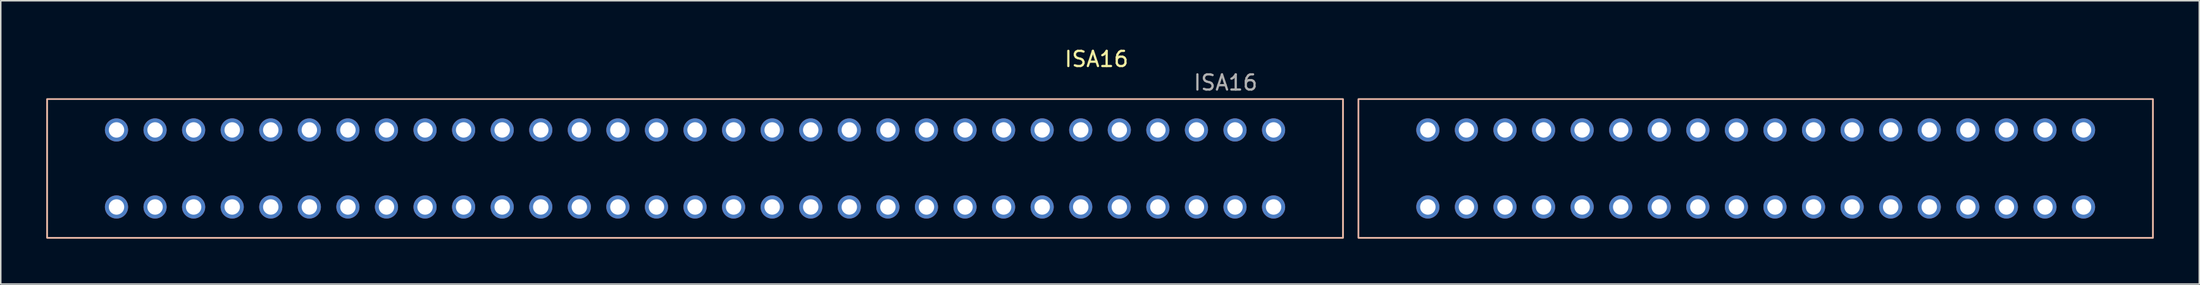
<source format=kicad_pcb>
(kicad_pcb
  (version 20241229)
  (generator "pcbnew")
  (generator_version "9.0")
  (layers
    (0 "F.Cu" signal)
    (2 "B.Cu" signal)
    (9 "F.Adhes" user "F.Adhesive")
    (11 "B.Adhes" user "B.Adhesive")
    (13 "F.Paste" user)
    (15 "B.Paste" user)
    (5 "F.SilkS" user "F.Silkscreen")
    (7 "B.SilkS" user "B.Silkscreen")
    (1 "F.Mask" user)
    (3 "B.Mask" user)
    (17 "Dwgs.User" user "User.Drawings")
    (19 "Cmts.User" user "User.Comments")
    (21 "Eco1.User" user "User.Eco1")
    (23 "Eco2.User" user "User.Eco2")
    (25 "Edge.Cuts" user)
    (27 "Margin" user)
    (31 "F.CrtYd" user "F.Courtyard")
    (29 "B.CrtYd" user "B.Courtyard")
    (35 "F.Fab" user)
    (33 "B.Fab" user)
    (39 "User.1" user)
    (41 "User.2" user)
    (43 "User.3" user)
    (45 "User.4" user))
  (footprint "ISA16"
    (layer "F.Cu")
    (at 4.622 10.598)
    (property "Reference" "ISA16" (at 64.54 -9.75 0) (unlocked yes) (layer "F.SilkS") (effects (font (size 1 1) (thickness 0.15))))
    (attr through_hole)
    (fp_rect (start -4.572 -7.112) (end 80.772 2.032) (stroke (width 0.1) (type solid)) (fill no) (layer "F.SilkS"))
    (fp_rect (start 81.788 -7.112) (end 134.112 2.032) (stroke (width 0.1) (type solid)) (fill no) (layer "F.SilkS"))
    (fp_rect (start -4.572 -7.112) (end 80.772 2.032) (stroke (width 0.1) (type default)) (fill no) (layer "B.SilkS"))
    (fp_rect (start 81.788 -7.112) (end 134.112 2.032) (stroke (width 0.1) (type default)) (fill no) (layer "B.SilkS"))
    (fp_text user "${REFERENCE}" (at 73.04 -8.2 0) (unlocked yes) (layer "F.Fab") (effects (font (size 1 1) (thickness 0.15))))
    (pad "A1" thru_hole circle (at 0 -5.08) (size 1.524 1.524) (drill 1.016) (layers "*.Cu" "*.Mask"))
    (pad "A2" thru_hole circle (at 2.54 -5.08) (size 1.524 1.524) (drill 1.016) (layers "*.Cu" "*.Mask"))
    (pad "A3" thru_hole circle (at 5.08 -5.08) (size 1.524 1.524) (drill 1.016) (layers "*.Cu" "*.Mask"))
    (pad "A4" thru_hole circle (at 7.62 -5.08) (size 1.524 1.524) (drill 1.016) (layers "*.Cu" "*.Mask"))
    (pad "A5" thru_hole circle (at 10.16 -5.08) (size 1.524 1.524) (drill 1.016) (layers "*.Cu" "*.Mask"))
    (pad "A6" thru_hole circle (at 12.7 -5.08) (size 1.524 1.524) (drill 1.016) (layers "*.Cu" "*.Mask"))
    (pad "A7" thru_hole circle (at 15.24 -5.08) (size 1.524 1.524) (drill 1.016) (layers "*.Cu" "*.Mask"))
    (pad "A8" thru_hole circle (at 17.78 -5.08) (size 1.524 1.524) (drill 1.016) (layers "*.Cu" "*.Mask"))
    (pad "A9" thru_hole circle (at 20.32 -5.08) (size 1.524 1.524) (drill 1.016) (layers "*.Cu" "*.Mask"))
    (pad "A10" thru_hole circle (at 22.86 -5.08) (size 1.524 1.524) (drill 1.016) (layers "*.Cu" "*.Mask"))
    (pad "A11" thru_hole circle (at 25.4 -5.08) (size 1.524 1.524) (drill 1.016) (layers "*.Cu" "*.Mask"))
    (pad "A12" thru_hole circle (at 27.94 -5.08) (size 1.524 1.524) (drill 1.016) (layers "*.Cu" "*.Mask"))
    (pad "A13" thru_hole circle (at 30.48 -5.08) (size 1.524 1.524) (drill 1.016) (layers "*.Cu" "*.Mask"))
    (pad "A14" thru_hole circle (at 33.02 -5.08) (size 1.524 1.524) (drill 1.016) (layers "*.Cu" "*.Mask"))
    (pad "A15" thru_hole circle (at 35.56 -5.08) (size 1.524 1.524) (drill 1.016) (layers "*.Cu" "*.Mask"))
    (pad "A16" thru_hole circle (at 38.1 -5.08) (size 1.524 1.524) (drill 1.016) (layers "*.Cu" "*.Mask"))
    (pad "A17" thru_hole circle (at 40.64 -5.08) (size 1.524 1.524) (drill 1.016) (layers "*.Cu" "*.Mask"))
    (pad "A18" thru_hole circle (at 43.18 -5.08) (size 1.524 1.524) (drill 1.016) (layers "*.Cu" "*.Mask"))
    (pad "A19" thru_hole circle (at 45.72 -5.08) (size 1.524 1.524) (drill 1.016) (layers "*.Cu" "*.Mask"))
    (pad "A20" thru_hole circle (at 48.26 -5.08) (size 1.524 1.524) (drill 1.016) (layers "*.Cu" "*.Mask"))
    (pad "A21" thru_hole circle (at 50.8 -5.08) (size 1.524 1.524) (drill 1.016) (layers "*.Cu" "*.Mask"))
    (pad "A22" thru_hole circle (at 53.34 -5.08) (size 1.524 1.524) (drill 1.016) (layers "*.Cu" "*.Mask"))
    (pad "A23" thru_hole circle (at 55.88 -5.08) (size 1.524 1.524) (drill 1.016) (layers "*.Cu" "*.Mask"))
    (pad "A24" thru_hole circle (at 58.42 -5.08) (size 1.524 1.524) (drill 1.016) (layers "*.Cu" "*.Mask"))
    (pad "A25" thru_hole circle (at 60.96 -5.08) (size 1.524 1.524) (drill 1.016) (layers "*.Cu" "*.Mask"))
    (pad "A26" thru_hole circle (at 63.5 -5.08) (size 1.524 1.524) (drill 1.016) (layers "*.Cu" "*.Mask"))
    (pad "A27" thru_hole circle (at 66.04 -5.08) (size 1.524 1.524) (drill 1.016) (layers "*.Cu" "*.Mask"))
    (pad "A28" thru_hole circle (at 68.58 -5.08) (size 1.524 1.524) (drill 1.016) (layers "*.Cu" "*.Mask"))
    (pad "A29" thru_hole circle (at 71.12 -5.08) (size 1.524 1.524) (drill 1.016) (layers "*.Cu" "*.Mask"))
    (pad "A30" thru_hole circle (at 73.66 -5.08) (size 1.524 1.524) (drill 1.016) (layers "*.Cu" "*.Mask"))
    (pad "A31" thru_hole circle (at 76.2 -5.08) (size 1.524 1.524) (drill 1.016) (layers "*.Cu" "*.Mask"))
    (pad "B1" thru_hole circle (at 0 0) (size 1.524 1.524) (drill 1.016) (layers "*.Cu" "*.Mask"))
    (pad "B2" thru_hole circle (at 2.54 0) (size 1.524 1.524) (drill 1.016) (layers "*.Cu" "*.Mask"))
    (pad "B3" thru_hole circle (at 5.08 0) (size 1.524 1.524) (drill 1.016) (layers "*.Cu" "*.Mask"))
    (pad "B4" thru_hole circle (at 7.62 0) (size 1.524 1.524) (drill 1.016) (layers "*.Cu" "*.Mask"))
    (pad "B5" thru_hole circle (at 10.16 0) (size 1.524 1.524) (drill 1.016) (layers "*.Cu" "*.Mask"))
    (pad "B6" thru_hole circle (at 12.7 0) (size 1.524 1.524) (drill 1.016) (layers "*.Cu" "*.Mask"))
    (pad "B7" thru_hole circle (at 15.24 0) (size 1.524 1.524) (drill 1.016) (layers "*.Cu" "*.Mask"))
    (pad "B8" thru_hole circle (at 17.78 0) (size 1.524 1.524) (drill 1.016) (layers "*.Cu" "*.Mask"))
    (pad "B9" thru_hole circle (at 20.32 0) (size 1.524 1.524) (drill 1.016) (layers "*.Cu" "*.Mask"))
    (pad "B10" thru_hole circle (at 22.86 0) (size 1.524 1.524) (drill 1.016) (layers "*.Cu" "*.Mask"))
    (pad "B11" thru_hole circle (at 25.4 0) (size 1.524 1.524) (drill 1.016) (layers "*.Cu" "*.Mask"))
    (pad "B12" thru_hole circle (at 27.94 0) (size 1.524 1.524) (drill 1.016) (layers "*.Cu" "*.Mask"))
    (pad "B13" thru_hole circle (at 30.48 0) (size 1.524 1.524) (drill 1.016) (layers "*.Cu" "*.Mask"))
    (pad "B14" thru_hole circle (at 33.02 0) (size 1.524 1.524) (drill 1.016) (layers "*.Cu" "*.Mask"))
    (pad "B15" thru_hole circle (at 35.56 0) (size 1.524 1.524) (drill 1.016) (layers "*.Cu" "*.Mask"))
    (pad "B16" thru_hole circle (at 38.1 0) (size 1.524 1.524) (drill 1.016) (layers "*.Cu" "*.Mask"))
    (pad "B17" thru_hole circle (at 40.64 0) (size 1.524 1.524) (drill 1.016) (layers "*.Cu" "*.Mask"))
    (pad "B18" thru_hole circle (at 43.18 0) (size 1.524 1.524) (drill 1.016) (layers "*.Cu" "*.Mask"))
    (pad "B19" thru_hole circle (at 45.72 0) (size 1.524 1.524) (drill 1.016) (layers "*.Cu" "*.Mask"))
    (pad "B20" thru_hole circle (at 48.26 0) (size 1.524 1.524) (drill 1.016) (layers "*.Cu" "*.Mask"))
    (pad "B21" thru_hole circle (at 50.8 0) (size 1.524 1.524) (drill 1.016) (layers "*.Cu" "*.Mask"))
    (pad "B22" thru_hole circle (at 53.34 0) (size 1.524 1.524) (drill 1.016) (layers "*.Cu" "*.Mask"))
    (pad "B23" thru_hole circle (at 55.88 0) (size 1.524 1.524) (drill 1.016) (layers "*.Cu" "*.Mask"))
    (pad "B24" thru_hole circle (at 58.42 0) (size 1.524 1.524) (drill 1.016) (layers "*.Cu" "*.Mask"))
    (pad "B25" thru_hole circle (at 60.96 0) (size 1.524 1.524) (drill 1.016) (layers "*.Cu" "*.Mask"))
    (pad "B26" thru_hole circle (at 63.5 0) (size 1.524 1.524) (drill 1.016) (layers "*.Cu" "*.Mask"))
    (pad "B27" thru_hole circle (at 66.04 0) (size 1.524 1.524) (drill 1.016) (layers "*.Cu" "*.Mask"))
    (pad "B28" thru_hole circle (at 68.58 0) (size 1.524 1.524) (drill 1.016) (layers "*.Cu" "*.Mask"))
    (pad "B29" thru_hole circle (at 71.12 0) (size 1.524 1.524) (drill 1.016) (layers "*.Cu" "*.Mask"))
    (pad "B30" thru_hole circle (at 73.66 0) (size 1.524 1.524) (drill 1.016) (layers "*.Cu" "*.Mask"))
    (pad "B31" thru_hole circle (at 76.2 0) (size 1.524 1.524) (drill 1.016) (layers "*.Cu" "*.Mask"))
    (pad "C1" thru_hole circle (at 86.36 -5.08) (size 1.524 1.524) (drill 1.016) (layers "*.Cu" "*.Mask"))
    (pad "C2" thru_hole circle (at 88.9 -5.08) (size 1.524 1.524) (drill 1.016) (layers "*.Cu" "*.Mask"))
    (pad "C3" thru_hole circle (at 91.44 -5.08) (size 1.524 1.524) (drill 1.016) (layers "*.Cu" "*.Mask"))
    (pad "C4" thru_hole circle (at 93.98 -5.08) (size 1.524 1.524) (drill 1.016) (layers "*.Cu" "*.Mask"))
    (pad "C5" thru_hole circle (at 96.52 -5.08) (size 1.524 1.524) (drill 1.016) (layers "*.Cu" "*.Mask"))
    (pad "C6" thru_hole circle (at 99.06 -5.08) (size 1.524 1.524) (drill 1.016) (layers "*.Cu" "*.Mask"))
    (pad "C7" thru_hole circle (at 101.6 -5.08) (size 1.524 1.524) (drill 1.016) (layers "*.Cu" "*.Mask"))
    (pad "C8" thru_hole circle (at 104.14 -5.08) (size 1.524 1.524) (drill 1.016) (layers "*.Cu" "*.Mask"))
    (pad "C9" thru_hole circle (at 106.68 -5.08) (size 1.524 1.524) (drill 1.016) (layers "*.Cu" "*.Mask"))
    (pad "C10" thru_hole circle (at 109.22 -5.08) (size 1.524 1.524) (drill 1.016) (layers "*.Cu" "*.Mask"))
    (pad "C11" thru_hole circle (at 111.76 -5.08) (size 1.524 1.524) (drill 1.016) (layers "*.Cu" "*.Mask"))
    (pad "C12" thru_hole circle (at 114.3 -5.08) (size 1.524 1.524) (drill 1.016) (layers "*.Cu" "*.Mask"))
    (pad "C13" thru_hole circle (at 116.84 -5.08) (size 1.524 1.524) (drill 1.016) (layers "*.Cu" "*.Mask"))
    (pad "C14" thru_hole circle (at 119.38 -5.08) (size 1.524 1.524) (drill 1.016) (layers "*.Cu" "*.Mask"))
    (pad "C15" thru_hole circle (at 121.92 -5.08) (size 1.524 1.524) (drill 1.016) (layers "*.Cu" "*.Mask"))
    (pad "C16" thru_hole circle (at 124.46 -5.08) (size 1.524 1.524) (drill 1.016) (layers "*.Cu" "*.Mask"))
    (pad "C17" thru_hole circle (at 127 -5.08) (size 1.524 1.524) (drill 1.016) (layers "*.Cu" "*.Mask"))
    (pad "C18" thru_hole circle (at 129.54 -5.08) (size 1.524 1.524) (drill 1.016) (layers "*.Cu" "*.Mask"))
    (pad "D1" thru_hole circle (at 86.36 0) (size 1.524 1.524) (drill 1.016) (layers "*.Cu" "*.Mask"))
    (pad "D2" thru_hole circle (at 88.9 0) (size 1.524 1.524) (drill 1.016) (layers "*.Cu" "*.Mask"))
    (pad "D3" thru_hole circle (at 91.44 0) (size 1.524 1.524) (drill 1.016) (layers "*.Cu" "*.Mask"))
    (pad "D4" thru_hole circle (at 93.98 0) (size 1.524 1.524) (drill 1.016) (layers "*.Cu" "*.Mask"))
    (pad "D5" thru_hole circle (at 96.52 0) (size 1.524 1.524) (drill 1.016) (layers "*.Cu" "*.Mask"))
    (pad "D6" thru_hole circle (at 99.06 0) (size 1.524 1.524) (drill 1.016) (layers "*.Cu" "*.Mask"))
    (pad "D7" thru_hole circle (at 101.6 0) (size 1.524 1.524) (drill 1.016) (layers "*.Cu" "*.Mask"))
    (pad "D8" thru_hole circle (at 104.14 0) (size 1.524 1.524) (drill 1.016) (layers "*.Cu" "*.Mask"))
    (pad "D9" thru_hole circle (at 106.68 0) (size 1.524 1.524) (drill 1.016) (layers "*.Cu" "*.Mask"))
    (pad "D10" thru_hole circle (at 109.22 0) (size 1.524 1.524) (drill 1.016) (layers "*.Cu" "*.Mask"))
    (pad "D11" thru_hole circle (at 111.76 0) (size 1.524 1.524) (drill 1.016) (layers "*.Cu" "*.Mask"))
    (pad "D12" thru_hole circle (at 114.3 0) (size 1.524 1.524) (drill 1.016) (layers "*.Cu" "*.Mask"))
    (pad "D13" thru_hole circle (at 116.84 0) (size 1.524 1.524) (drill 1.016) (layers "*.Cu" "*.Mask"))
    (pad "D14" thru_hole circle (at 119.38 0) (size 1.524 1.524) (drill 1.016) (layers "*.Cu" "*.Mask"))
    (pad "D15" thru_hole circle (at 121.92 0) (size 1.524 1.524) (drill 1.016) (layers "*.Cu" "*.Mask"))
    (pad "D16" thru_hole circle (at 124.46 0) (size 1.524 1.524) (drill 1.016) (layers "*.Cu" "*.Mask"))
    (pad "D17" thru_hole circle (at 127 0) (size 1.524 1.524) (drill 1.016) (layers "*.Cu" "*.Mask"))
    (pad "D18" thru_hole circle (at 129.54 0) (size 1.524 1.524) (drill 1.016) (layers "*.Cu" "*.Mask")))
  (gr_rect
    (start -3 -3)
    (end 141.784 15.68)
    (stroke (width 0.1) (type default))
    (fill no)
    (layer "Edge.Cuts")))
</source>
